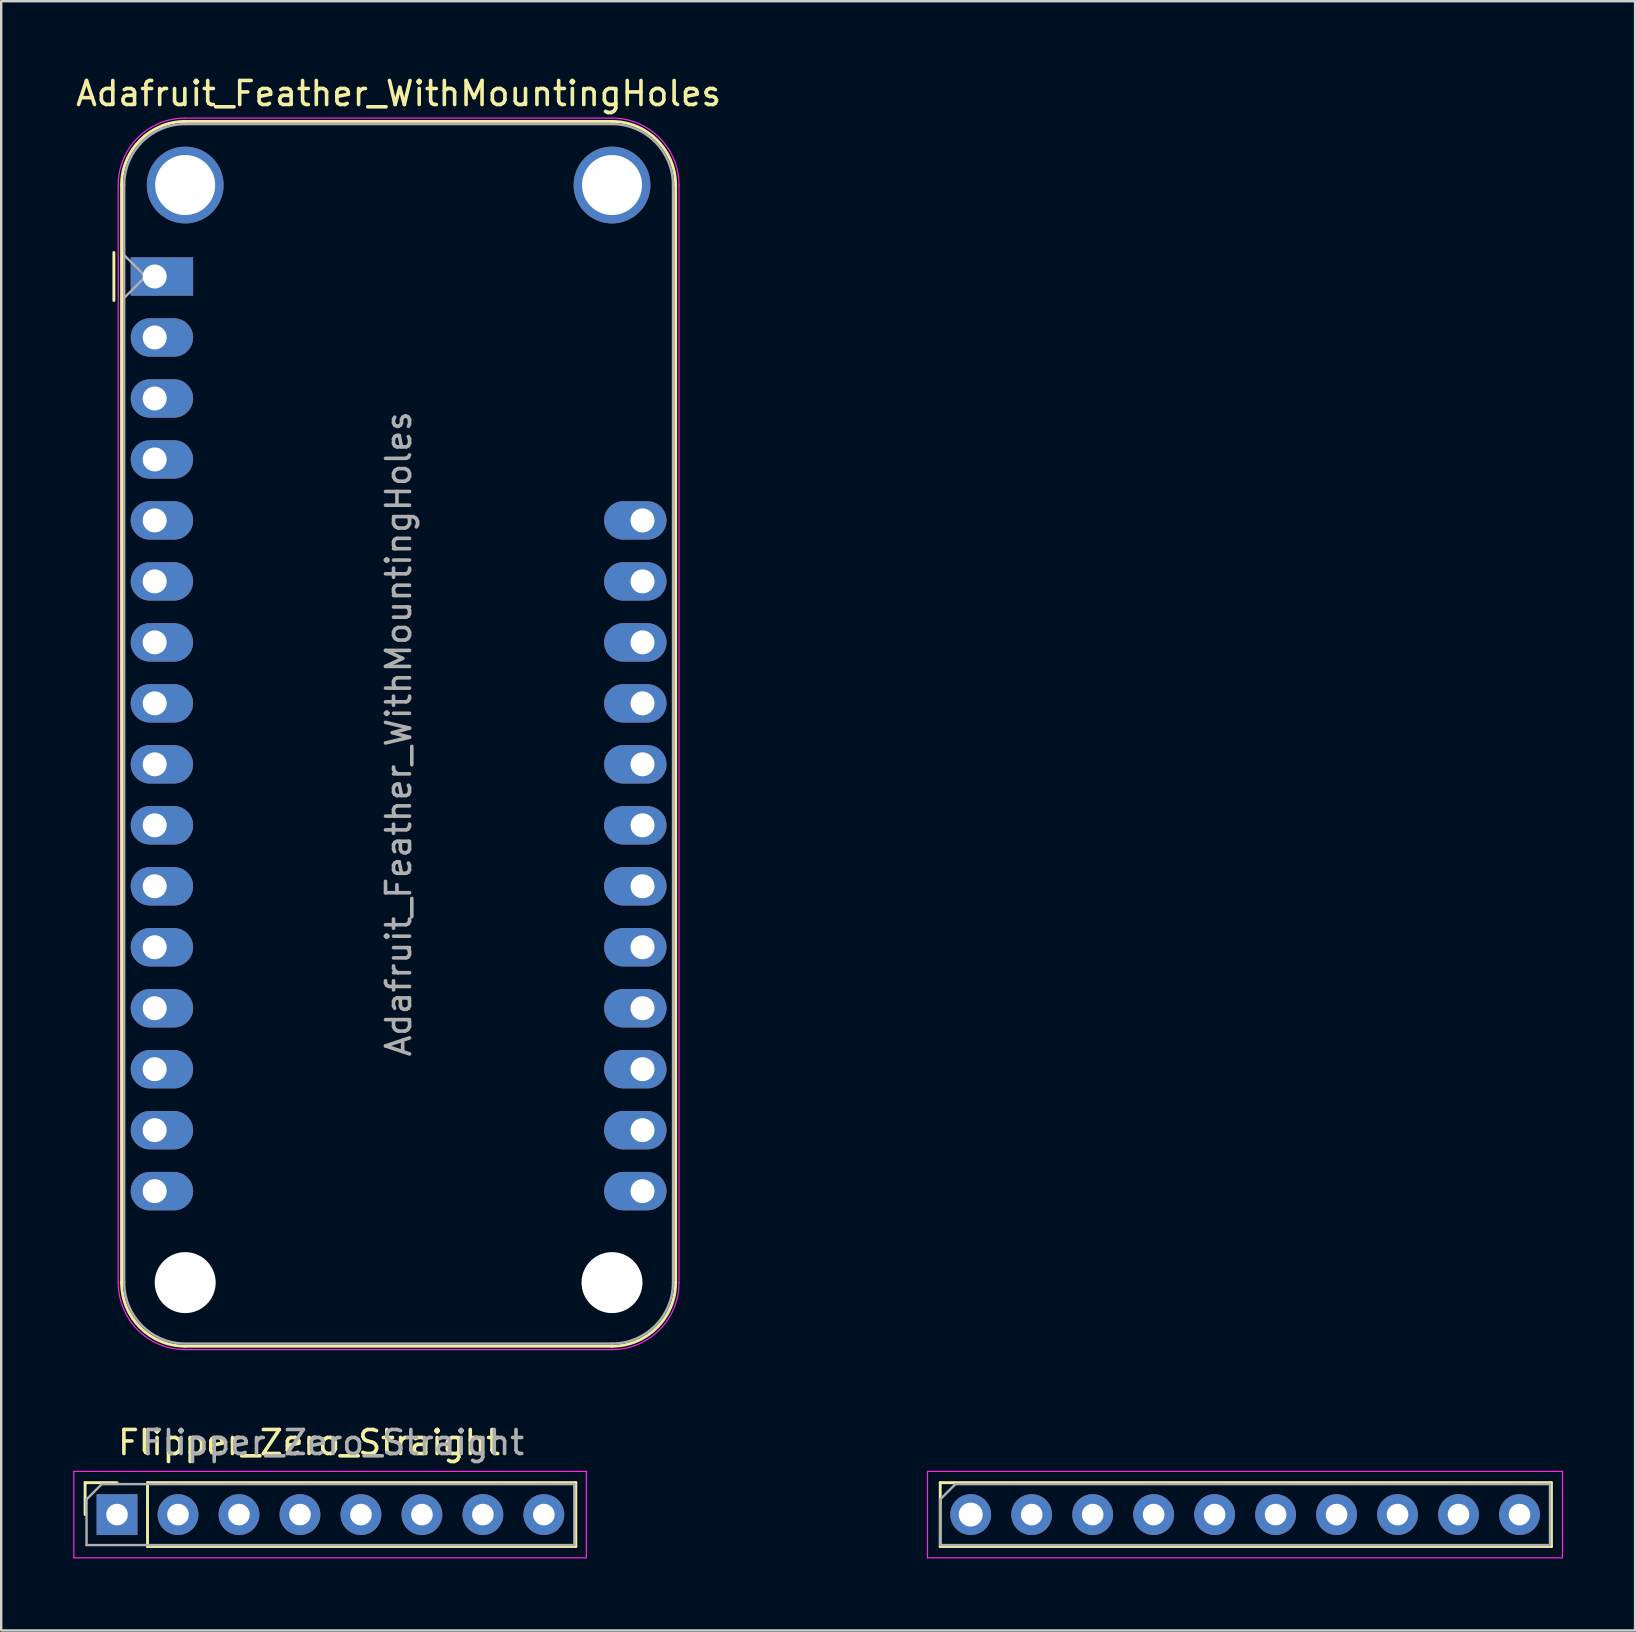
<source format=kicad_pcb>
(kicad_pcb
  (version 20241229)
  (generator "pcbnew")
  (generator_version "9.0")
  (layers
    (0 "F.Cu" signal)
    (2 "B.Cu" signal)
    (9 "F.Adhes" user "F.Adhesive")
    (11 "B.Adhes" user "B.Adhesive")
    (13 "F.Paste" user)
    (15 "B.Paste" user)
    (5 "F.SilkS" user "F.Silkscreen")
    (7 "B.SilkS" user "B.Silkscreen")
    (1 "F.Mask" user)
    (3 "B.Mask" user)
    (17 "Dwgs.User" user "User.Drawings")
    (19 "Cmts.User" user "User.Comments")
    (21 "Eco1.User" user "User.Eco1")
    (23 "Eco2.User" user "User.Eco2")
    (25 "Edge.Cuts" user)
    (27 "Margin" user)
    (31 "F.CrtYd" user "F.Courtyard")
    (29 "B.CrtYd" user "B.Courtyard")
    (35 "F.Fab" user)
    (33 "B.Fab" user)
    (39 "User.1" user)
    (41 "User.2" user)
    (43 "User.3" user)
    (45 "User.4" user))
  (footprint "Adafruit_Feather_WithMountingHoles"
    (layer "F.Cu")
    (at 3.394 8.468)
    (property "Reference" "Adafruit_Feather_WithMountingHoles" (at 10.16 -7.62 0) (layer "F.SilkS") (effects (font (size 1 1) (thickness 0.15))))
    (attr through_hole)
    (fp_line (start -1.7 1) (end -1.7 -1) (stroke (width 0.12) (type solid)) (layer "F.SilkS"))
    (fp_line (start -1.38 -3.81) (end -1.38 41.91) (stroke (width 0.12) (type solid)) (layer "F.SilkS"))
    (fp_line (start 19.05 -6.46) (end 1.27 -6.46) (stroke (width 0.12) (type solid)) (layer "F.SilkS"))
    (fp_line (start 19.05 44.56) (end 1.27 44.56) (stroke (width 0.12) (type solid)) (layer "F.SilkS"))
    (fp_line (start 21.7 -3.81) (end 21.7 41.91) (stroke (width 0.12) (type solid)) (layer "F.SilkS"))
    (fp_arc (start -1.38 -3.81) (mid -0.603833 -5.683833) (end 1.27 -6.46) (stroke (width 0.12) (type solid)) (layer "F.SilkS"))
    (fp_arc (start 1.27 44.56) (mid -0.603833 43.783833) (end -1.38 41.91) (stroke (width 0.12) (type solid)) (layer "F.SilkS"))
    (fp_arc (start 19.05 -6.46) (mid 20.923833 -5.683833) (end 21.7 -3.81) (stroke (width 0.12) (type solid)) (layer "F.SilkS"))
    (fp_arc (start 21.7 41.91) (mid 20.923833 43.783833) (end 19.05 44.56) (stroke (width 0.12) (type solid)) (layer "F.SilkS"))
    (fp_line (start -1.52 41.91) (end -1.52 -3.81) (stroke (width 0.05) (type solid)) (layer "F.CrtYd"))
    (fp_line (start 19.05 -6.6) (end 1.27 -6.6) (stroke (width 0.05) (type solid)) (layer "F.CrtYd"))
    (fp_line (start 19.05 44.7) (end 1.27 44.7) (stroke (width 0.05) (type solid)) (layer "F.CrtYd"))
    (fp_line (start 21.84 41.91) (end 21.84 -3.81) (stroke (width 0.05) (type solid)) (layer "F.CrtYd"))
    (fp_arc (start -1.52 -3.81) (mid -0.702828 -5.782828) (end 1.27 -6.6) (stroke (width 0.05) (type solid)) (layer "F.CrtYd"))
    (fp_arc (start 1.27 44.7) (mid -0.702828 43.882828) (end -1.52 41.91) (stroke (width 0.05) (type solid)) (layer "F.CrtYd"))
    (fp_arc (start 19.05 -6.6) (mid 21.022828 -5.782828) (end 21.84 -3.81) (stroke (width 0.05) (type solid)) (layer "F.CrtYd"))
    (fp_arc (start 21.84 41.91) (mid 21.022828 43.882828) (end 19.05 44.7) (stroke (width 0.05) (type solid)) (layer "F.CrtYd"))
    (fp_line (start -1.27 -3.81) (end -1.27 41.91) (stroke (width 0.1) (type solid)) (layer "F.Fab"))
    (fp_line (start -1.27 -0.889) (end -0.381 0) (stroke (width 0.1) (type solid)) (layer "F.Fab"))
    (fp_line (start -0.381 0) (end -1.27 0.889) (stroke (width 0.1) (type solid)) (layer "F.Fab"))
    (fp_line (start 1.27 44.45) (end 19.05 44.45) (stroke (width 0.1) (type solid)) (layer "F.Fab"))
    (fp_line (start 19.05 -6.35) (end 1.27 -6.35) (stroke (width 0.1) (type solid)) (layer "F.Fab"))
    (fp_line (start 21.59 41.91) (end 21.59 -3.81) (stroke (width 0.1) (type solid)) (layer "F.Fab"))
    (fp_arc (start -1.27 -3.81) (mid -0.526051 -5.606051) (end 1.27 -6.35) (stroke (width 0.1) (type solid)) (layer "F.Fab"))
    (fp_arc (start 1.221238 44.449532) (mid -0.543209 43.688728) (end -1.27 41.91) (stroke (width 0.1) (type solid)) (layer "F.Fab"))
    (fp_arc (start 19.05 -6.35) (mid 20.846051 -5.606051) (end 21.59 -3.81) (stroke (width 0.1) (type solid)) (layer "F.Fab"))
    (fp_arc (start 21.59 41.91) (mid 20.846051 43.706051) (end 19.05 44.45) (stroke (width 0.1) (type solid)) (layer "F.Fab"))
    (fp_text user "${REFERENCE}" (at 10.16 19.05 270) (layer "F.Fab") (effects (font (size 1 1) (thickness 0.15))))
    (pad "" np_thru_hole circle (at 1.27 -3.81 270) (size 3.2 3.2) (drill 2.5) (layers "*.Cu" "*.Mask"))
    (pad "" np_thru_hole circle (at 1.27 41.91 270) (size 2.54 2.54) (drill 2.54) (layers "*.Cu" "*.Mask"))
    (pad "" np_thru_hole circle (at 19.05 -3.81 270) (size 3.2 3.2) (drill 2.5) (layers "*.Cu" "*.Mask"))
    (pad "" np_thru_hole circle (at 19.05 41.91 270) (size 2.54 2.54) (drill 2.54) (layers "*.Cu" "*.Mask"))
    (pad "1" thru_hole rect (at 0 0) (size 2.6 1.6) (drill 1 (offset 0.3 0)) (layers "*.Cu" "*.Mask"))
    (pad "2" thru_hole oval (at 0 2.54) (size 2.6 1.6) (drill 1 (offset 0.3 0)) (layers "*.Cu" "*.Mask"))
    (pad "3" thru_hole oval (at 0 5.08) (size 2.6 1.6) (drill 1 (offset 0.3 0)) (layers "*.Cu" "*.Mask"))
    (pad "4" thru_hole oval (at 0 7.62) (size 2.6 1.6) (drill 1 (offset 0.3 0)) (layers "*.Cu" "*.Mask"))
    (pad "5" thru_hole oval (at 0 10.16) (size 2.6 1.6) (drill 1 (offset 0.3 0)) (layers "*.Cu" "*.Mask"))
    (pad "6" thru_hole oval (at 0 12.7) (size 2.6 1.6) (drill 1 (offset 0.3 0)) (layers "*.Cu" "*.Mask"))
    (pad "7" thru_hole oval (at 0 15.24) (size 2.6 1.6) (drill 1 (offset 0.3 0)) (layers "*.Cu" "*.Mask"))
    (pad "8" thru_hole oval (at 0 17.78) (size 2.6 1.6) (drill 1 (offset 0.3 0)) (layers "*.Cu" "*.Mask"))
    (pad "9" thru_hole oval (at 0 20.32) (size 2.6 1.6) (drill 1 (offset 0.3 0)) (layers "*.Cu" "*.Mask"))
    (pad "10" thru_hole oval (at 0 22.86) (size 2.6 1.6) (drill 1 (offset 0.3 0)) (layers "*.Cu" "*.Mask"))
    (pad "11" thru_hole oval (at 0 25.4) (size 2.6 1.6) (drill 1 (offset 0.3 0)) (layers "*.Cu" "*.Mask"))
    (pad "12" thru_hole oval (at 0 27.94) (size 2.6 1.6) (drill 1 (offset 0.3 0)) (layers "*.Cu" "*.Mask"))
    (pad "13" thru_hole oval (at 0 30.48) (size 2.6 1.6) (drill 1 (offset 0.3 0)) (layers "*.Cu" "*.Mask"))
    (pad "14" thru_hole oval (at 0 33.02) (size 2.6 1.6) (drill 1 (offset 0.3 0)) (layers "*.Cu" "*.Mask"))
    (pad "15" thru_hole oval (at 0 35.56) (size 2.6 1.6) (drill 1 (offset 0.3 0)) (layers "*.Cu" "*.Mask"))
    (pad "16" thru_hole oval (at 0 38.1) (size 2.6 1.6) (drill 1 (offset 0.3 0)) (layers "*.Cu" "*.Mask"))
    (pad "17" thru_hole oval (at 20.32 38.1 180) (size 2.6 1.6) (drill 1 (offset 0.3 0)) (layers "*.Cu" "*.Mask"))
    (pad "18" thru_hole oval (at 20.32 35.56 180) (size 2.6 1.6) (drill 1 (offset 0.3 0)) (layers "*.Cu" "*.Mask"))
    (pad "19" thru_hole oval (at 20.32 33.02 180) (size 2.6 1.6) (drill 1 (offset 0.3 0)) (layers "*.Cu" "*.Mask"))
    (pad "20" thru_hole oval (at 20.32 30.48 180) (size 2.6 1.6) (drill 1 (offset 0.3 0)) (layers "*.Cu" "*.Mask"))
    (pad "21" thru_hole oval (at 20.32 27.94 180) (size 2.6 1.6) (drill 1 (offset 0.3 0)) (layers "*.Cu" "*.Mask"))
    (pad "22" thru_hole oval (at 20.32 25.4 180) (size 2.6 1.6) (drill 1 (offset 0.3 0)) (layers "*.Cu" "*.Mask"))
    (pad "23" thru_hole oval (at 20.32 22.86 180) (size 2.6 1.6) (drill 1 (offset 0.3 0)) (layers "*.Cu" "*.Mask"))
    (pad "24" thru_hole oval (at 20.32 20.32 180) (size 2.6 1.6) (drill 1 (offset 0.3 0)) (layers "*.Cu" "*.Mask"))
    (pad "25" thru_hole oval (at 20.32 17.78 180) (size 2.6 1.6) (drill 1 (offset 0.3 0)) (layers "*.Cu" "*.Mask"))
    (pad "26" thru_hole oval (at 20.32 15.24 180) (size 2.6 1.6) (drill 1 (offset 0.3 0)) (layers "*.Cu" "*.Mask"))
    (pad "27" thru_hole oval (at 20.32 12.7 180) (size 2.6 1.6) (drill 1 (offset 0.3 0)) (layers "*.Cu" "*.Mask"))
    (pad "28" thru_hole oval (at 20.32 10.16 180) (size 2.6 1.6) (drill 1 (offset 0.3 0)) (layers "*.Cu" "*.Mask")))
  (footprint "Flipper_Zero_Straight"
    (layer "F.Cu")
    (at 1.825 60.041)
    (property "Reference" "Flipper_Zero_Straight" (at 8 -3 0) (unlocked yes) (layer "F.SilkS") (effects (font (size 1 1) (thickness 0.15))))
    (attr through_hole)
    (fp_line (start -1.33 -1.33) (end -1.33 0) (stroke (width 0.12) (type solid)) (layer "F.SilkS"))
    (fp_line (start 0 -1.33) (end -1.33 -1.33) (stroke (width 0.12) (type solid)) (layer "F.SilkS"))
    (fp_line (start 1.27 -1.33) (end 1.27 1.33) (stroke (width 0.12) (type solid)) (layer "F.SilkS"))
    (fp_line (start 1.27 -1.33) (end 19.11 -1.33) (stroke (width 0.12) (type solid)) (layer "F.SilkS"))
    (fp_line (start 1.27 1.33) (end 19.11 1.33) (stroke (width 0.12) (type solid)) (layer "F.SilkS"))
    (fp_line (start 19.11 -1.33) (end 19.11 1.33) (stroke (width 0.12) (type solid)) (layer "F.SilkS"))
    (fp_line (start 34.29 -1.33) (end 34.29 1.33) (stroke (width 0.12) (type solid)) (layer "F.SilkS"))
    (fp_line (start 34.29 -1.33) (end 59.75 -1.33) (stroke (width 0.12) (type solid)) (layer "F.SilkS"))
    (fp_line (start 34.29 1.33) (end 59.75 1.33) (stroke (width 0.12) (type solid)) (layer "F.SilkS"))
    (fp_line (start 59.75 -1.33) (end 59.75 1.33) (stroke (width 0.12) (type solid)) (layer "F.SilkS"))
    (fp_line (start -1.8 -1.8) (end 19.55 -1.8) (stroke (width 0.05) (type solid)) (layer "F.CrtYd"))
    (fp_line (start -1.8 1.8) (end -1.8 -1.8) (stroke (width 0.05) (type solid)) (layer "F.CrtYd"))
    (fp_line (start 19.55 -1.8) (end 19.55 1.8) (stroke (width 0.05) (type solid)) (layer "F.CrtYd"))
    (fp_line (start 19.55 1.8) (end -1.8 1.8) (stroke (width 0.05) (type solid)) (layer "F.CrtYd"))
    (fp_line (start 33.76 -1.8) (end 60.21 -1.8) (stroke (width 0.05) (type solid)) (layer "F.CrtYd"))
    (fp_line (start 33.76 1.8) (end 33.76 -1.8) (stroke (width 0.05) (type solid)) (layer "F.CrtYd"))
    (fp_line (start 60.21 -1.8) (end 60.21 1.8) (stroke (width 0.05) (type solid)) (layer "F.CrtYd"))
    (fp_line (start 60.21 1.8) (end 33.76 1.8) (stroke (width 0.05) (type solid)) (layer "F.CrtYd"))
    (fp_line (start -1.27 -0.635) (end -1.27 1.27) (stroke (width 0.1) (type solid)) (layer "F.Fab"))
    (fp_line (start -1.27 1.27) (end 19.05 1.27) (stroke (width 0.1) (type solid)) (layer "F.Fab"))
    (fp_line (start -0.635 -1.27) (end -1.27 -0.635) (stroke (width 0.1) (type solid)) (layer "F.Fab"))
    (fp_line (start 19.05 -1.27) (end -0.635 -1.27) (stroke (width 0.1) (type solid)) (layer "F.Fab"))
    (fp_line (start 19.05 1.27) (end 19.05 -1.27) (stroke (width 0.1) (type solid)) (layer "F.Fab"))
    (fp_line (start 34.29 -0.635) (end 34.29 1.27) (stroke (width 0.1) (type solid)) (layer "F.Fab"))
    (fp_line (start 34.29 1.27) (end 59.69 1.27) (stroke (width 0.1) (type solid)) (layer "F.Fab"))
    (fp_line (start 34.925 -1.27) (end 34.29 -0.635) (stroke (width 0.1) (type solid)) (layer "F.Fab"))
    (fp_line (start 59.69 -1.27) (end 34.925 -1.27) (stroke (width 0.1) (type solid)) (layer "F.Fab"))
    (fp_line (start 59.69 1.27) (end 59.69 -1.27) (stroke (width 0.1) (type solid)) (layer "F.Fab"))
    (fp_text user "${REFERENCE}" (at 9 -3 0) (unlocked yes) (layer "F.Fab") (effects (font (size 1 1) (thickness 0.15))))
    (pad "1" thru_hole rect (at 0 0 90) (size 1.7 1.7) (drill 0.9) (layers "*.Cu" "*.Mask"))
    (pad "2" thru_hole oval (at 2.54 0 90) (size 1.7 1.7) (drill 0.9) (layers "*.Cu" "*.Mask"))
    (pad "3" thru_hole oval (at 5.08 0 90) (size 1.7 1.7) (drill 0.9) (layers "*.Cu" "*.Mask"))
    (pad "4" thru_hole oval (at 7.62 0 90) (size 1.7 1.7) (drill 0.9) (layers "*.Cu" "*.Mask"))
    (pad "5" thru_hole oval (at 10.16 0 90) (size 1.7 1.7) (drill 0.9) (layers "*.Cu" "*.Mask"))
    (pad "6" thru_hole oval (at 12.7 0 90) (size 1.7 1.7) (drill 0.9) (layers "*.Cu" "*.Mask"))
    (pad "7" thru_hole oval (at 15.24 0 90) (size 1.7 1.7) (drill 0.9) (layers "*.Cu" "*.Mask"))
    (pad "8" thru_hole oval (at 17.78 0 90) (size 1.7 1.7) (drill 0.9) (layers "*.Cu" "*.Mask"))
    (pad "9" thru_hole circle (at 35.56 0 90) (size 1.7 1.7) (drill 1) (layers "*.Cu" "*.Mask"))
    (pad "10" thru_hole oval (at 38.1 0 90) (size 1.7 1.7) (drill 0.9) (layers "*.Cu" "*.Mask"))
    (pad "11" thru_hole oval (at 40.64 0 90) (size 1.7 1.7) (drill 0.9) (layers "*.Cu" "*.Mask"))
    (pad "12" thru_hole oval (at 43.18 0 90) (size 1.7 1.7) (drill 0.9) (layers "*.Cu" "*.Mask"))
    (pad "13" thru_hole oval (at 45.72 0 90) (size 1.7 1.7) (drill 0.9) (layers "*.Cu" "*.Mask"))
    (pad "14" thru_hole oval (at 48.26 0 90) (size 1.7 1.7) (drill 0.9) (layers "*.Cu" "*.Mask"))
    (pad "15" thru_hole oval (at 50.8 0 90) (size 1.7 1.7) (drill 0.9) (layers "*.Cu" "*.Mask"))
    (pad "16" thru_hole oval (at 53.34 0 90) (size 1.7 1.7) (drill 0.9) (layers "*.Cu" "*.Mask"))
    (pad "17" thru_hole oval (at 55.88 0 90) (size 1.7 1.7) (drill 0.9) (layers "*.Cu" "*.Mask"))
    (pad "18" thru_hole oval (at 58.42 0 90) (size 1.7 1.7) (drill 0.9) (layers "*.Cu" "*.Mask")))
  (gr_rect
    (start -3 -3)
    (end 65.06 64.867)
    (stroke (width 0.1) (type default))
    (fill no)
    (layer "Edge.Cuts")))
</source>
